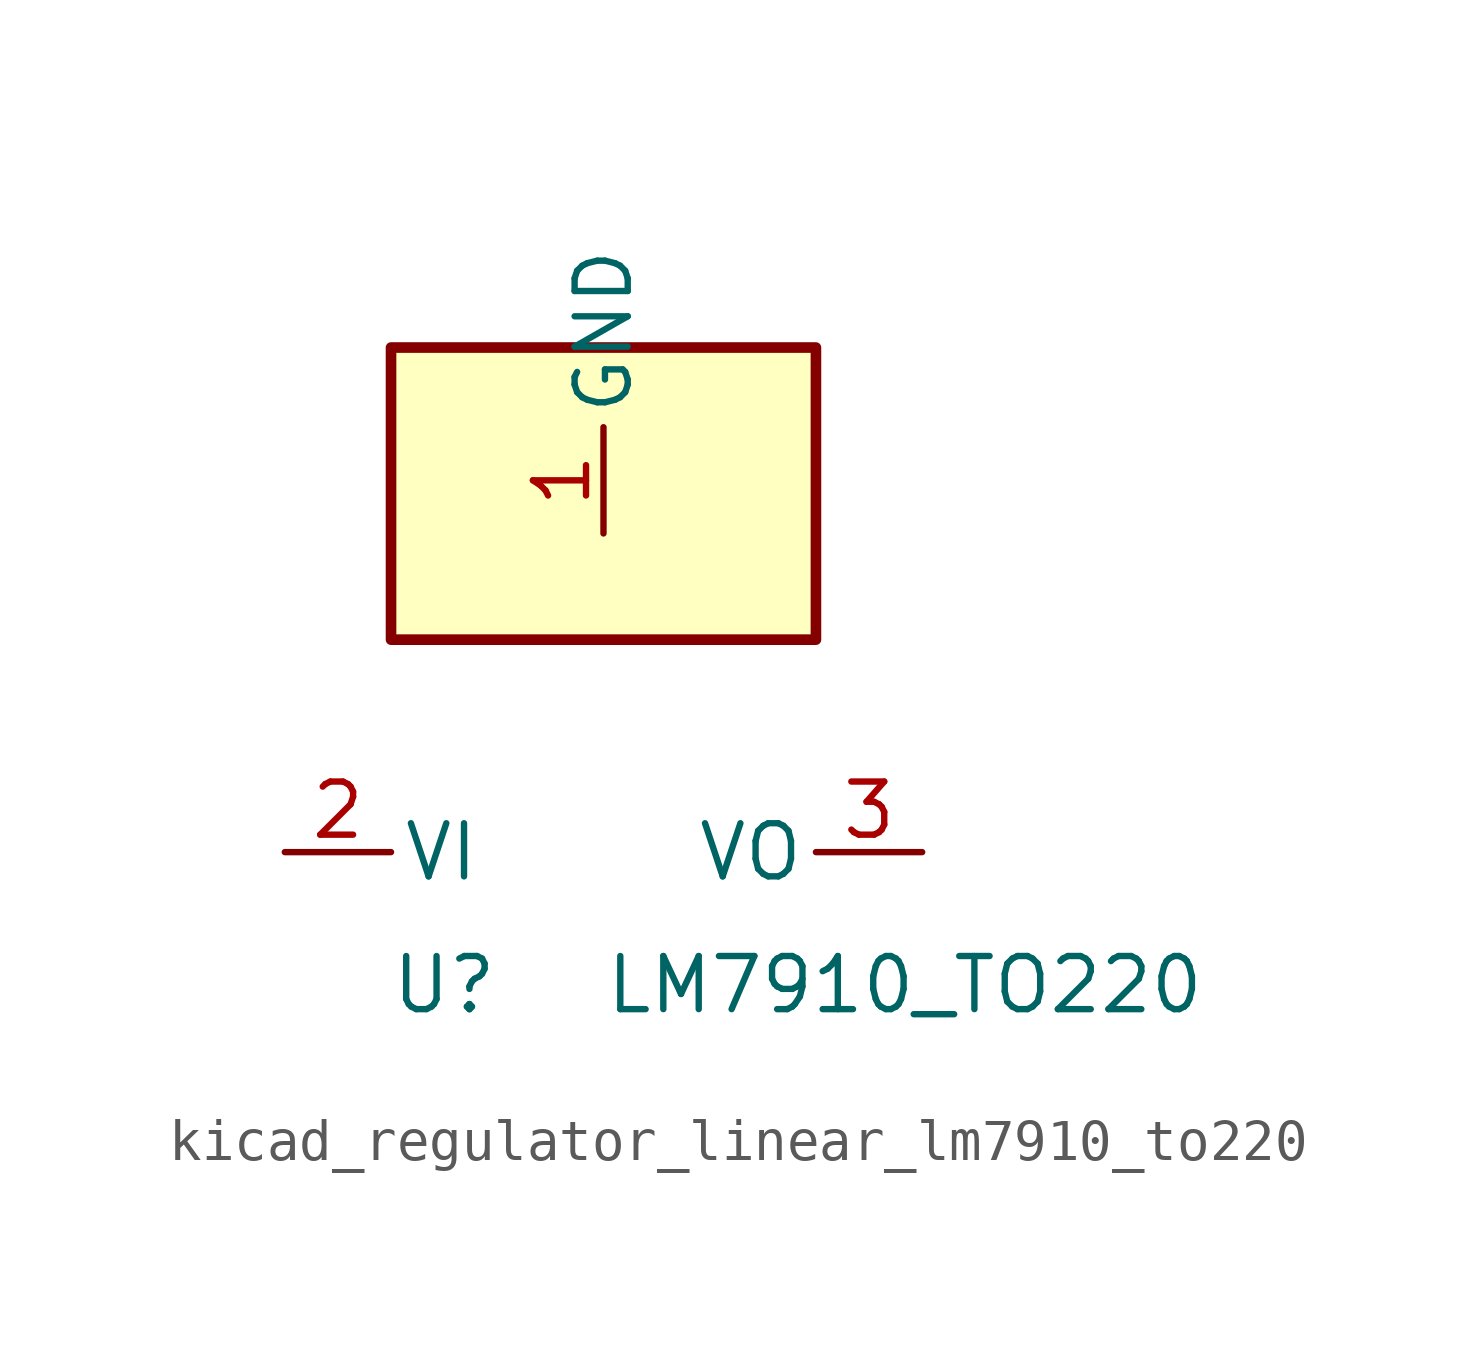
<source format=kicad_sym>
(kicad_symbol_lib
  (version 20220914)
  (generator kicad_symbol_editor)
  (symbol "kicad_regulator_linear_lm7910_to220"
    (pin_names
      (offset 0.254))
    (property "Reference" "U"
      (at -3.81 -3.175 0)
      (effects (font (size 1.27 1.27))))
    (property "Value" "LM7910_TO220"
      (at 0 -3.175 0)
      (effects (font (size 1.27 1.27)) (justify left)))
    (symbol "kicad_regulator_linear_lm7910_to220_0_1"
      (rectangle (start 5.08 12.065) (end -5.08 5.08) (stroke (width 0.254) (type default)) (fill (type background))))
    (symbol "kicad_regulator_linear_lm7910_to220_1_1"
      (pin power_in line (at 0 7.62 90) (length 2.54) (name "GND" (effects (font (size 1.27 1.27)))) (number "1" (effects (font (size 1.27 1.27)))))
      (pin power_in line (at -7.62 0 0) (length 2.54) (name "VI" (effects (font (size 1.27 1.27)))) (number "2" (effects (font (size 1.27 1.27)))))
      (pin power_out line (at 7.62 0 180) (length 2.54) (name "VO" (effects (font (size 1.27 1.27)))) (number "3" (effects (font (size 1.27 1.27))))))))
</source>
